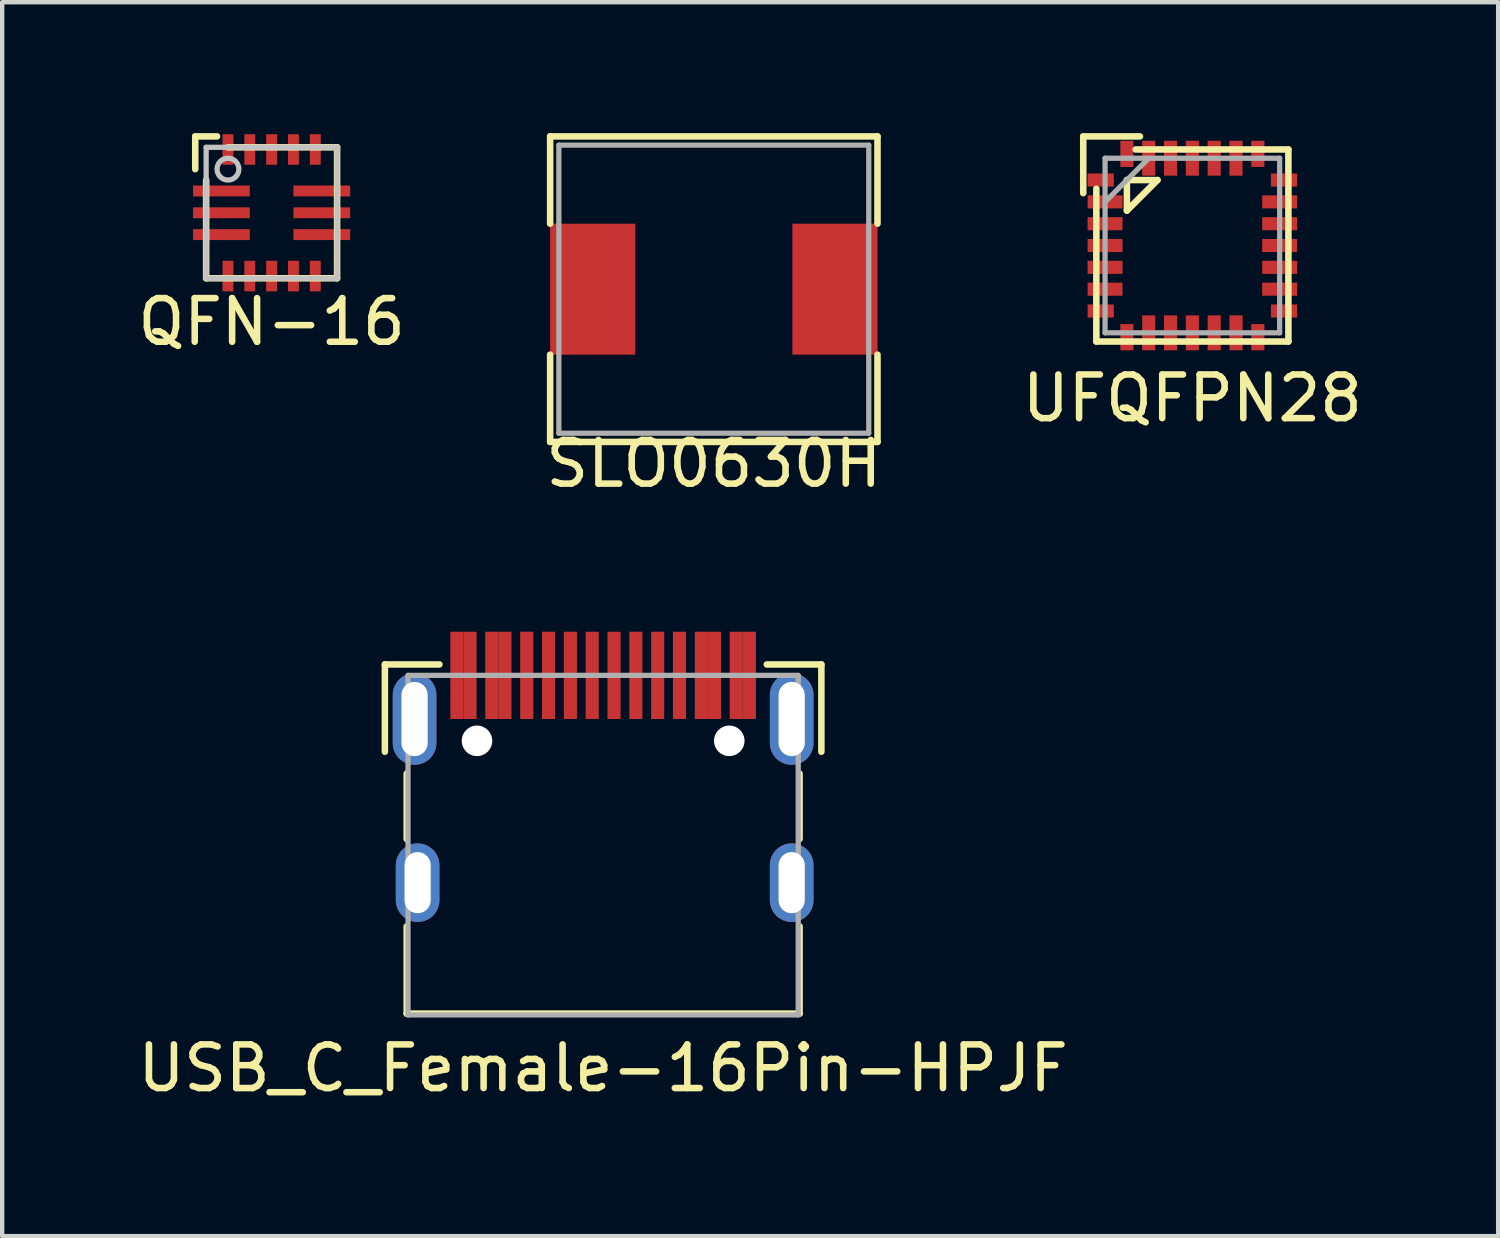
<source format=kicad_pcb>
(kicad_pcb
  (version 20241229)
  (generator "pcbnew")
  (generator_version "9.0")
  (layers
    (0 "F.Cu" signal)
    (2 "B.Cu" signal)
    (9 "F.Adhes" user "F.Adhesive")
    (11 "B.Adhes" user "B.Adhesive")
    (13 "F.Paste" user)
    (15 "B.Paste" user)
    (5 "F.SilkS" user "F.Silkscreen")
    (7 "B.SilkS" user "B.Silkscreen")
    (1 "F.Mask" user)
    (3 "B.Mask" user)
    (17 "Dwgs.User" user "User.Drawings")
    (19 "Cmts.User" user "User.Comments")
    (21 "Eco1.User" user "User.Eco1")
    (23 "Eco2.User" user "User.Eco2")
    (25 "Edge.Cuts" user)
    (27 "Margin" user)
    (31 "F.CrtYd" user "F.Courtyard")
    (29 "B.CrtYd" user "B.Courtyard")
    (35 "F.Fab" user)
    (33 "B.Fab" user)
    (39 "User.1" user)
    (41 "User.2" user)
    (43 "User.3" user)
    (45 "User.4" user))
  (footprint "QFN-16"
    (layer "F.Cu")
    (at 3.173 1.825)
    (property "Reference" "QFN-16" (at 0 2.5 0) (layer "F.SilkS") (effects (font (size 1 1) (thickness 0.15))))
    (attr smd)
    (fp_line (start -1.75 -1.75) (end -1.25 -1.75) (stroke (width 0.15) (type solid)) (layer "F.SilkS"))
    (fp_line (start -1.75 -1) (end -1.75 -1.75) (stroke (width 0.15) (type solid)) (layer "F.SilkS"))
    (fp_line (start -1.5 -0.75) (end -1.5 1.5) (stroke (width 0.15) (type solid)) (layer "F.SilkS"))
    (fp_line (start -1.5 1.5) (end 1.5 1.5) (stroke (width 0.15) (type solid)) (layer "F.SilkS"))
    (fp_line (start 1.5 -1.5) (end -1 -1.5) (stroke (width 0.15) (type solid)) (layer "F.SilkS"))
    (fp_line (start 1.5 1.5) (end 1.5 -1.5) (stroke (width 0.15) (type solid)) (layer "F.SilkS"))
    (fp_line (start -1.5 -1.5) (end 1.5 -1.5) (stroke (width 0.12) (type solid)) (layer "Dwgs.User"))
    (fp_line (start -1.5 1.5) (end -1.5 -1.5) (stroke (width 0.12) (type solid)) (layer "Dwgs.User"))
    (fp_line (start 1.5 -1.5) (end 1.5 1.5) (stroke (width 0.12) (type solid)) (layer "Dwgs.User"))
    (fp_line (start 1.5 1.5) (end -1.5 1.5) (stroke (width 0.12) (type solid)) (layer "Dwgs.User"))
    (fp_circle (center -1 -1) (end -1 -1.25) (stroke (width 0.12) (type solid)) (fill no) (layer "Dwgs.User"))
    (pad "1" smd rect (at -1.15 -0.5) (size 1.3 0.25) (layers "F.Cu" "F.Mask" "F.Paste"))
    (pad "2" smd rect (at -1.15 0) (size 1.3 0.25) (layers "F.Cu" "F.Mask" "F.Paste"))
    (pad "3" smd rect (at -1.15 0.5) (size 1.3 0.25) (layers "F.Cu" "F.Mask" "F.Paste"))
    (pad "4" smd rect (at -1 1.45) (size 0.25 0.7) (layers "F.Cu" "F.Mask" "F.Paste"))
    (pad "5" smd rect (at -0.5 1.45) (size 0.25 0.7) (layers "F.Cu" "F.Mask" "F.Paste"))
    (pad "6" smd rect (at 0 1.45) (size 0.25 0.7) (layers "F.Cu" "F.Mask" "F.Paste"))
    (pad "7" smd rect (at 0.5 1.45) (size 0.25 0.7) (layers "F.Cu" "F.Mask" "F.Paste"))
    (pad "8" smd rect (at 1 1.45) (size 0.25 0.7) (layers "F.Cu" "F.Mask" "F.Paste"))
    (pad "9" smd rect (at 1.15 0.5) (size 1.3 0.25) (layers "F.Cu" "F.Mask" "F.Paste"))
    (pad "10" smd rect (at 1.15 0) (size 1.3 0.25) (layers "F.Cu" "F.Mask" "F.Paste"))
    (pad "11" smd rect (at 1.15 -0.5) (size 1.3 0.25) (layers "F.Cu" "F.Mask" "F.Paste"))
    (pad "12" smd rect (at 1 -1.45) (size 0.25 0.7) (layers "F.Cu" "F.Mask" "F.Paste"))
    (pad "13" smd rect (at 0.5 -1.45) (size 0.25 0.7) (layers "F.Cu" "F.Mask" "F.Paste"))
    (pad "14" smd rect (at 0 -1.45) (size 0.25 0.7) (layers "F.Cu" "F.Mask" "F.Paste"))
    (pad "15" smd rect (at -0.5 -1.45) (size 0.25 0.7) (layers "F.Cu" "F.Mask" "F.Paste"))
    (pad "16" smd rect (at -1 -1.45) (size 0.25 0.7) (layers "F.Cu" "F.Mask" "F.Paste")))
  (footprint "UFQFPN28"
    (layer "F.Cu")
    (at 24.268 2.575)
    (property "Reference" "UFQFPN28" (at 0 3.5 0) (layer "F.SilkS") (effects (font (size 1 1) (thickness 0.15))))
    (attr through_hole)
    (fp_line (start -2.5 -2.5) (end -1.2 -2.5) (stroke (width 0.15) (type solid)) (layer "F.SilkS"))
    (fp_line (start -2.5 -1.2) (end -2.5 -2.5) (stroke (width 0.15) (type solid)) (layer "F.SilkS"))
    (fp_line (start -2.2 2.2) (end -2.2 -1.3) (stroke (width 0.15) (type solid)) (layer "F.SilkS"))
    (fp_line (start -1.5 -1.5) (end -1.5 -0.8) (stroke (width 0.15) (type solid)) (layer "F.SilkS"))
    (fp_line (start -1.5 -0.8) (end -0.8 -1.5) (stroke (width 0.15) (type solid)) (layer "F.SilkS"))
    (fp_line (start -1.3 -2.2) (end 2.2 -2.2) (stroke (width 0.15) (type solid)) (layer "F.SilkS"))
    (fp_line (start -0.8 -1.5) (end -1.5 -1.5) (stroke (width 0.15) (type solid)) (layer "F.SilkS"))
    (fp_line (start 2.2 -2.2) (end 2.2 2.2) (stroke (width 0.15) (type solid)) (layer "F.SilkS"))
    (fp_line (start 2.2 2.2) (end -2.2 2.2) (stroke (width 0.15) (type solid)) (layer "F.SilkS"))
    (fp_line (start -2 -2) (end 2 -2) (stroke (width 0.12) (type solid)) (layer "F.Fab"))
    (fp_line (start -2 -1) (end -1 -2) (stroke (width 0.12) (type solid)) (layer "F.Fab"))
    (fp_line (start -2 2) (end -2 -2) (stroke (width 0.12) (type solid)) (layer "F.Fab"))
    (fp_line (start 2 -2) (end 2 2) (stroke (width 0.12) (type solid)) (layer "F.Fab"))
    (fp_line (start 2 2) (end -2 2) (stroke (width 0.12) (type solid)) (layer "F.Fab"))
    (pad "1" smd rect (at -2.1 -1.5) (size 0.6 0.3) (layers "F.Cu" "F.Mask" "F.Paste"))
    (pad "2" smd rect (at -2 -1) (size 0.8 0.3) (layers "F.Cu" "F.Mask" "F.Paste"))
    (pad "3" smd rect (at -2 -0.5) (size 0.8 0.3) (layers "F.Cu" "F.Mask" "F.Paste"))
    (pad "4" smd rect (at -2 0) (size 0.8 0.3) (layers "F.Cu" "F.Mask" "F.Paste"))
    (pad "5" smd rect (at -2 0.5) (size 0.8 0.3) (layers "F.Cu" "F.Mask" "F.Paste"))
    (pad "6" smd rect (at -2 1) (size 0.8 0.3) (layers "F.Cu" "F.Mask" "F.Paste"))
    (pad "7" smd rect (at -2.1 1.5) (size 0.6 0.3) (layers "F.Cu" "F.Mask" "F.Paste"))
    (pad "8" smd rect (at -1.5 2.1 90) (size 0.6 0.3) (layers "F.Cu" "F.Mask" "F.Paste"))
    (pad "9" smd rect (at -1 2 90) (size 0.8 0.3) (layers "F.Cu" "F.Mask" "F.Paste"))
    (pad "10" smd rect (at -0.5 2 90) (size 0.8 0.3) (layers "F.Cu" "F.Mask" "F.Paste"))
    (pad "11" smd rect (at 0 2 90) (size 0.8 0.3) (layers "F.Cu" "F.Mask" "F.Paste"))
    (pad "12" smd rect (at 0.5 2 90) (size 0.8 0.3) (layers "F.Cu" "F.Mask" "F.Paste"))
    (pad "13" smd rect (at 1 2 90) (size 0.8 0.3) (layers "F.Cu" "F.Mask" "F.Paste"))
    (pad "14" smd rect (at 1.5 2.1 90) (size 0.6 0.3) (layers "F.Cu" "F.Mask" "F.Paste"))
    (pad "15" smd rect (at 2.1 1.5 180) (size 0.6 0.3) (layers "F.Cu" "F.Mask" "F.Paste"))
    (pad "16" smd rect (at 2 1 180) (size 0.8 0.3) (layers "F.Cu" "F.Mask" "F.Paste"))
    (pad "17" smd rect (at 2 0.5 180) (size 0.8 0.3) (layers "F.Cu" "F.Mask" "F.Paste"))
    (pad "18" smd rect (at 2 0 180) (size 0.8 0.3) (layers "F.Cu" "F.Mask" "F.Paste"))
    (pad "19" smd rect (at 2 -0.5 180) (size 0.8 0.3) (layers "F.Cu" "F.Mask" "F.Paste"))
    (pad "20" smd rect (at 2 -1 180) (size 0.8 0.3) (layers "F.Cu" "F.Mask" "F.Paste"))
    (pad "21" smd rect (at 2.1 -1.5 180) (size 0.6 0.3) (layers "F.Cu" "F.Mask" "F.Paste"))
    (pad "22" smd rect (at 1.5 -2.1 270) (size 0.6 0.3) (layers "F.Cu" "F.Mask" "F.Paste"))
    (pad "23" smd rect (at 1 -2 270) (size 0.8 0.3) (layers "F.Cu" "F.Mask" "F.Paste"))
    (pad "24" smd rect (at 0.5 -2 270) (size 0.8 0.3) (layers "F.Cu" "F.Mask" "F.Paste"))
    (pad "25" smd rect (at 0 -2 270) (size 0.8 0.3) (layers "F.Cu" "F.Mask" "F.Paste"))
    (pad "26" smd rect (at -0.5 -2 270) (size 0.8 0.3) (layers "F.Cu" "F.Mask" "F.Paste"))
    (pad "27" smd rect (at -1 -2 270) (size 0.8 0.3) (layers "F.Cu" "F.Mask" "F.Paste"))
    (pad "28" smd rect (at -1.5 -2.1 270) (size 0.6 0.3) (layers "F.Cu" "F.Mask" "F.Paste")))
  (footprint "USB_C_Female-16Pin-HPJF"
    (layer "F.Cu")
    (at 10.768 12.423)
    (property "Reference" "USB_C_Female-16Pin-HPJF" (at 0 9 0) (layer "F.SilkS") (effects (font (size 1 1) (thickness 0.15))))
    (attr smd)
    (fp_line (start -5 -0.25) (end -5 1.75) (stroke (width 0.15) (type solid)) (layer "F.SilkS"))
    (fp_line (start -4.5 2.25) (end -4.5 3.75) (stroke (width 0.15) (type solid)) (layer "F.SilkS"))
    (fp_line (start -4.5 5.75) (end -4.5 7.75) (stroke (width 0.15) (type solid)) (layer "F.SilkS"))
    (fp_line (start -4.5 7.75) (end 4.5 7.75) (stroke (width 0.15) (type solid)) (layer "F.SilkS"))
    (fp_line (start -3.75 -0.25) (end -5 -0.25) (stroke (width 0.15) (type solid)) (layer "F.SilkS"))
    (fp_line (start 3.75 -0.25) (end 5 -0.25) (stroke (width 0.15) (type solid)) (layer "F.SilkS"))
    (fp_line (start 4.5 3.75) (end 4.5 2.25) (stroke (width 0.15) (type solid)) (layer "F.SilkS"))
    (fp_line (start 4.5 7.75) (end 4.5 5.75) (stroke (width 0.15) (type solid)) (layer "F.SilkS"))
    (fp_line (start 5 -0.25) (end 5 1.75) (stroke (width 0.15) (type solid)) (layer "F.SilkS"))
    (fp_line (start -4.47 7.78) (end -4.47 0) (stroke (width 0.12) (type solid)) (layer "F.Fab"))
    (fp_line (start -4.47 7.78) (end 4.47 7.78) (stroke (width 0.12) (type solid)) (layer "F.Fab"))
    (fp_line (start 4.47 0) (end -4.47 0) (stroke (width 0.12) (type solid)) (layer "F.Fab"))
    (fp_line (start 4.47 7.78) (end 4.47 0) (stroke (width 0.12) (type solid)) (layer "F.Fab"))
    (pad "" np_thru_hole circle (at -2.89 1.5 90) (size 0.7 0.7) (drill 0.7) (layers "*.Cu" "*.Mask"))
    (pad "" np_thru_hole circle (at 2.89 1.5 90) (size 0.7 0.7) (drill 0.7) (layers "*.Cu" "*.Mask"))
    (pad "A1" smd rect (at -3.35 0) (size 0.3 2) (layers "F.Cu" "F.Mask" "F.Paste"))
    (pad "A4" smd rect (at -2.55 0) (size 0.3 2) (layers "F.Cu" "F.Mask" "F.Paste"))
    (pad "A5" smd rect (at -1.25 0) (size 0.3 2) (layers "F.Cu" "F.Mask" "F.Paste"))
    (pad "A6" smd rect (at -0.25 0) (size 0.3 2) (layers "F.Cu" "F.Mask" "F.Paste"))
    (pad "A7" smd rect (at 0.25 0) (size 0.3 2) (layers "F.Cu" "F.Mask" "F.Paste"))
    (pad "A8" smd rect (at 1.25 0) (size 0.3 2) (layers "F.Cu" "F.Mask" "F.Paste"))
    (pad "A9" smd rect (at 2.55 0) (size 0.3 2) (layers "F.Cu" "F.Mask" "F.Paste"))
    (pad "A12" smd rect (at 3.35 0) (size 0.3 2) (layers "F.Cu" "F.Mask" "F.Paste"))
    (pad "B1" smd rect (at 3.05 0) (size 0.3 2) (layers "F.Cu" "F.Mask" "F.Paste"))
    (pad "B4" smd rect (at 2.25 0) (size 0.3 2) (layers "F.Cu" "F.Mask" "F.Paste"))
    (pad "B5" smd rect (at 1.75 0) (size 0.3 2) (layers "F.Cu" "F.Mask" "F.Paste"))
    (pad "B6" smd rect (at 0.75 0) (size 0.3 2) (layers "F.Cu" "F.Mask" "F.Paste"))
    (pad "B7" smd rect (at -0.75 0) (size 0.3 2) (layers "F.Cu" "F.Mask" "F.Paste"))
    (pad "B8" smd rect (at -1.75 0) (size 0.3 2) (layers "F.Cu" "F.Mask" "F.Paste"))
    (pad "B9" smd rect (at -2.25 0) (size 0.3 2) (layers "F.Cu" "F.Mask" "F.Paste"))
    (pad "B12" smd rect (at -3.05 0) (size 0.3 2) (layers "F.Cu" "F.Mask" "F.Paste"))
    (pad "S1" thru_hole oval (at -4.32 1) (size 1 2.1) (drill oval 0.6 1.7) (layers "*.Cu" "*.Mask"))
    (pad "S1" thru_hole oval (at -4.25 4.75) (size 1 1.8) (drill oval 0.6 1.4) (layers "*.Cu" "*.Mask"))
    (pad "S1" thru_hole oval (at 4.32 1) (size 1 2.1) (drill oval 0.6 1.7) (layers "*.Cu" "*.Mask"))
    (pad "S1" thru_hole oval (at 4.32 4.75) (size 1 1.8) (drill oval 0.6 1.4) (layers "*.Cu" "*.Mask")))
  (footprint "SLO0630H"
    (layer "F.Cu")
    (at 13.304 3.575)
    (property "Reference" "SLO0630H" (at 0 4 0) (layer "F.SilkS") (effects (font (size 1 1) (thickness 0.15))))
    (attr through_hole)
    (fp_line (start -3.75 -3.5) (end 3.75 -3.5) (stroke (width 0.15) (type solid)) (layer "F.SilkS"))
    (fp_line (start -3.75 -1.5) (end -3.75 -3.5) (stroke (width 0.15) (type solid)) (layer "F.SilkS"))
    (fp_line (start -3.75 3.5) (end -3.75 1.5) (stroke (width 0.15) (type solid)) (layer "F.SilkS"))
    (fp_line (start 3.75 -3.5) (end 3.75 -1.5) (stroke (width 0.15) (type solid)) (layer "F.SilkS"))
    (fp_line (start 3.75 1.5) (end 3.75 3.5) (stroke (width 0.15) (type solid)) (layer "F.SilkS"))
    (fp_line (start 3.75 3.5) (end -3.75 3.5) (stroke (width 0.15) (type solid)) (layer "F.SilkS"))
    (fp_line (start -3.55 -3.3) (end -3.55 3.3) (stroke (width 0.12) (type solid)) (layer "F.Fab"))
    (fp_line (start -3.55 -3.3) (end 3.55 -3.3) (stroke (width 0.12) (type solid)) (layer "F.Fab"))
    (fp_line (start -3.55 3.3) (end 3.55 3.3) (stroke (width 0.12) (type solid)) (layer "F.Fab"))
    (fp_line (start 3.55 -3.3) (end 3.55 3.3) (stroke (width 0.12) (type solid)) (layer "F.Fab"))
    (pad "1" smd rect (at -2.775 0) (size 1.95 3) (layers "F.Cu" "F.Mask" "F.Paste"))
    (pad "2" smd rect (at 2.775 0) (size 1.95 3) (layers "F.Cu" "F.Mask" "F.Paste")))
  (gr_rect
    (start -3 -3)
    (end 31.274 25.271)
    (stroke (width 0.1) (type default))
    (fill no)
    (layer "Edge.Cuts")))
</source>
